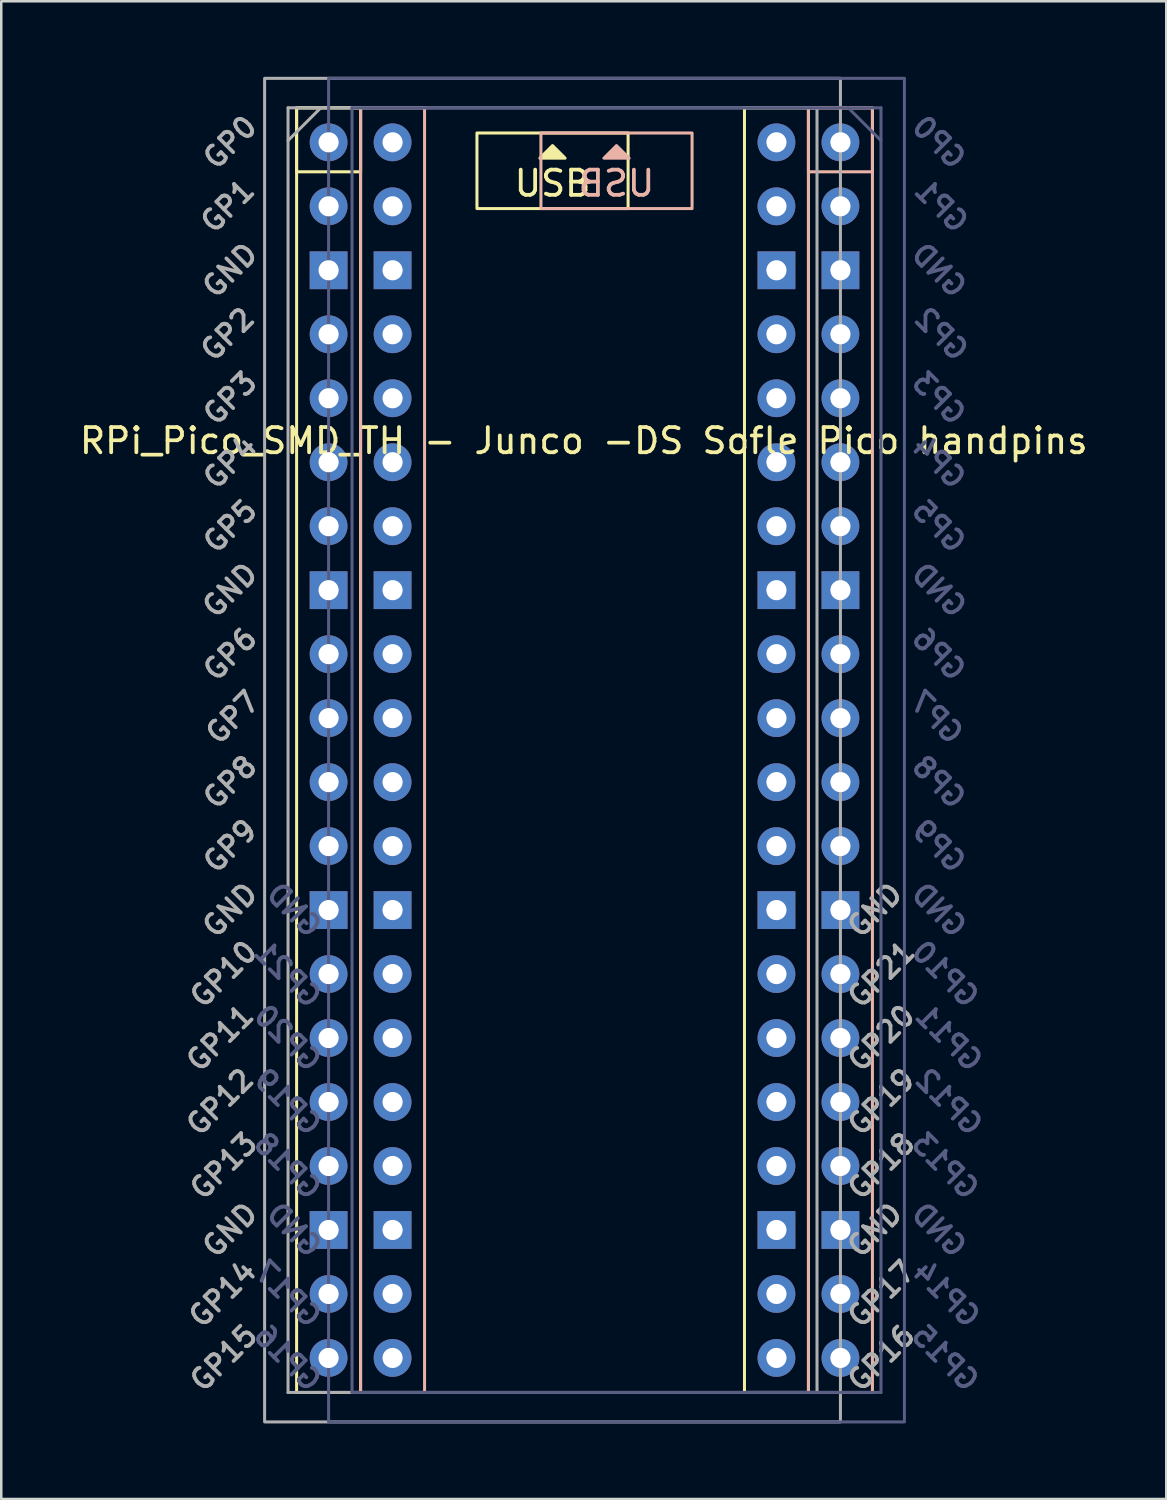
<source format=kicad_pcb>
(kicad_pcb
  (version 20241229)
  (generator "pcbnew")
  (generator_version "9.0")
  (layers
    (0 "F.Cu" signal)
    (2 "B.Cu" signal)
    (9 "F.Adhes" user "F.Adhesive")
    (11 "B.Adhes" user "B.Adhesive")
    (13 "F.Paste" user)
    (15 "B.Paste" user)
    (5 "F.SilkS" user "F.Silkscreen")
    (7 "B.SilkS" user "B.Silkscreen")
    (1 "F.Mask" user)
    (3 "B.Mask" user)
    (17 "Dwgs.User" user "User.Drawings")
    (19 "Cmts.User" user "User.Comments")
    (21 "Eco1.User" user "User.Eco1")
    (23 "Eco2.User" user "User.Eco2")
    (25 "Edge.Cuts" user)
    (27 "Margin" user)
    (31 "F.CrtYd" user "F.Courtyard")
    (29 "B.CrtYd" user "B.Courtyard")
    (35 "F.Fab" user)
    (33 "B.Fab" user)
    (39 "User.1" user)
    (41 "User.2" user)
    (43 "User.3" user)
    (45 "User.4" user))
  (footprint "RPi_Pico_SMD_TH - Junco -DS Sofle Pico handpins"
    (layer "F.Cu")
    (at 20.155 26.73)
    (property "Reference" "RPi_Pico_SMD_TH - Junco -DS Sofle Pico handpins" (at -0.03 -12.28 0) (layer "F.SilkS") (effects (font (size 1 1) (thickness 0.15))))
    (attr through_hole)
    (fp_rect (start -11.43 -25.5) (end -8.89 -22.96) (stroke (width 0.12) (type default)) (fill no) (layer "F.SilkS"))
    (fp_rect (start -11.43 -25.5) (end -8.89 25.5) (stroke (width 0.12) (type default)) (fill no) (layer "F.SilkS"))
    (fp_rect (start -4.27 -24.5) (end 1.73 -21.5) (stroke (width 0.12) (type solid)) (fill no) (layer "F.SilkS"))
    (fp_rect (start 6.35 -25.5) (end 8.89 25.5) (stroke (width 0.12) (type default)) (fill no) (layer "F.SilkS"))
    (fp_poly (pts (xy -0.77 -23.5) (xy -1.77 -23.5) (xy -1.27 -24)) (stroke (width 0.12) (type solid)) (fill yes) (layer "F.SilkS"))
    (fp_rect (start -6.35 -25.5) (end -8.89 25.5) (stroke (width 0.12) (type default)) (fill no) (layer "B.SilkS"))
    (fp_rect (start 4.27 -24.5) (end -1.73 -21.5) (stroke (width 0.12) (type solid)) (fill no) (layer "B.SilkS"))
    (fp_rect (start 11.43 -25.5) (end 8.89 -22.96) (stroke (width 0.12) (type default)) (fill no) (layer "B.SilkS"))
    (fp_rect (start 11.43 -25.5) (end 8.89 25.5) (stroke (width 0.12) (type default)) (fill no) (layer "B.SilkS"))
    (fp_poly (pts (xy 0.77 -23.5) (xy 1.77 -23.5) (xy 1.27 -24)) (stroke (width 0.12) (type solid)) (fill yes) (layer "B.SilkS"))
    (fp_line (start -9.23 -25.5) (end -9.23 25.5) (stroke (width 0.12) (type solid)) (layer "B.Fab"))
    (fp_line (start -9.23 25.5) (end 11.77 25.5) (stroke (width 0.12) (type solid)) (layer "B.Fab"))
    (fp_line (start 11.77 -25.5) (end -9.23 -25.5) (stroke (width 0.12) (type solid)) (layer "B.Fab"))
    (fp_line (start 11.77 -24.2) (end 10.47 -25.5) (stroke (width 0.12) (type solid)) (layer "B.Fab"))
    (fp_line (start 11.77 25.5) (end 11.77 -25.5) (stroke (width 0.12) (type solid)) (layer "B.Fab"))
    (fp_rect (start 12.7 -26.67) (end -10.16 26.67) (stroke (width 0.12) (type solid)) (fill no) (layer "B.Fab"))
    (fp_line (start -11.77 -25.5) (end 9.23 -25.5) (stroke (width 0.12) (type solid)) (layer "F.Fab"))
    (fp_line (start -11.77 -24.2) (end -10.47 -25.5) (stroke (width 0.12) (type solid)) (layer "F.Fab"))
    (fp_line (start -11.77 25.5) (end -11.77 -25.5) (stroke (width 0.12) (type solid)) (layer "F.Fab"))
    (fp_line (start 9.23 -25.5) (end 9.23 25.5) (stroke (width 0.12) (type solid)) (layer "F.Fab"))
    (fp_line (start 9.23 25.5) (end -11.77 25.5) (stroke (width 0.12) (type solid)) (layer "F.Fab"))
    (fp_rect (start -12.7 -26.67) (end 10.16 26.67) (stroke (width 0.12) (type solid)) (fill no) (layer "F.Fab"))
    (fp_text user "USB" (at -1.27 -22.5 0) (unlocked yes) (layer "F.SilkS") (effects (font (size 1 1) (thickness 0.15))))
    (fp_text user "USB" (at 1.27 -22.5 0) (unlocked yes) (layer "B.SilkS") (effects (font (size 1 1) (thickness 0.15)) (justify mirror)))
    (fp_text user "GND" (at 14.07 -19.05 315) (layer "B.Fab") (effects (font (size 0.8 0.8) (thickness 0.15)) (justify mirror)))
    (fp_text user "GP11" (at 14.47 11.43 315) (layer "B.Fab") (effects (font (size 0.8 0.8) (thickness 0.15)) (justify mirror)))
    (fp_text user "GND" (at -11.53 6.35 315) (layer "B.Fab") (effects (font (size 0.8 0.8) (thickness 0.15)) (justify mirror)))
    (fp_text user "GP10" (at 14.324 8.89 315) (layer "B.Fab") (effects (font (size 0.8 0.8) (thickness 0.15)) (justify mirror)))
    (fp_text user "GP3" (at 14.07 -13.97 315) (layer "B.Fab") (effects (font (size 0.8 0.8) (thickness 0.15)) (justify mirror)))
    (fp_text user "GP21" (at -11.784 8.9 315) (layer "B.Fab") (effects (font (size 0.8 0.8) (thickness 0.15)) (justify mirror)))
    (fp_text user "GP17" (at -11.784 21.59 315) (layer "B.Fab") (effects (font (size 0.8 0.8) (thickness 0.15)) (justify mirror)))
    (fp_text user "GP6" (at 14.07 -3.81 315) (layer "B.Fab") (effects (font (size 0.8 0.8) (thickness 0.15)) (justify mirror)))
    (fp_text user "GND" (at 14.07 19.05 315) (layer "B.Fab") (effects (font (size 0.8 0.8) (thickness 0.15)) (justify mirror)))
    (fp_text user "GP2" (at 14.17 -16.51 315) (layer "B.Fab") (effects (font (size 0.8 0.8) (thickness 0.15)) (justify mirror)))
    (fp_text user "GP20" (at -11.784 11.43 315) (layer "B.Fab") (effects (font (size 0.8 0.8) (thickness 0.15)) (justify mirror)))
    (fp_text user "GP13" (at 14.324 16.51 315) (layer "B.Fab") (effects (font (size 0.8 0.8) (thickness 0.15)) (justify mirror)))
    (fp_text user "GP8" (at 14.07 1.27 315) (layer "B.Fab") (effects (font (size 0.8 0.8) (thickness 0.15)) (justify mirror)))
    (fp_text user "GP0" (at 14.07 -24.13 315) (layer "B.Fab") (effects (font (size 0.8 0.8) (thickness 0.15)) (justify mirror)))
    (fp_text user "GP18" (at -11.784 16.51 315) (layer "B.Fab") (effects (font (size 0.8 0.8) (thickness 0.15)) (justify mirror)))
    (fp_text user "GP16" (at -11.784 24.13 315) (layer "B.Fab") (effects (font (size 0.8 0.8) (thickness 0.15)) (justify mirror)))
    (fp_text user "GP4" (at 14.07 -11.43 315) (layer "B.Fab") (effects (font (size 0.8 0.8) (thickness 0.15)) (justify mirror)))
    (fp_text user "GP14" (at 14.37 21.59 315) (layer "B.Fab") (effects (font (size 0.8 0.8) (thickness 0.15)) (justify mirror)))
    (fp_text user "GP15" (at 14.324 24.13 315) (layer "B.Fab") (effects (font (size 0.8 0.8) (thickness 0.15)) (justify mirror)))
    (fp_text user "GP12" (at 14.47 13.97 315) (layer "B.Fab") (effects (font (size 0.8 0.8) (thickness 0.15)) (justify mirror)))
    (fp_text user "GP9" (at 14.07 3.81 315) (layer "B.Fab") (effects (font (size 0.8 0.8) (thickness 0.15)) (justify mirror)))
    (fp_text user "GP7" (at 13.97 -1.3 315) (layer "B.Fab") (effects (font (size 0.8 0.8) (thickness 0.15)) (justify mirror)))
    (fp_text user "GND" (at -11.53 19.05 315) (layer "B.Fab") (effects (font (size 0.8 0.8) (thickness 0.15)) (justify mirror)))
    (fp_text user "GND" (at 14.07 6.35 315) (layer "B.Fab") (effects (font (size 0.8 0.8) (thickness 0.15)) (justify mirror)))
    (fp_text user "GP19" (at -11.784 13.97 315) (layer "B.Fab") (effects (font (size 0.8 0.8) (thickness 0.15)) (justify mirror)))
    (fp_text user "GND" (at 14.07 -6.35 315) (layer "B.Fab") (effects (font (size 0.8 0.8) (thickness 0.15)) (justify mirror)))
    (fp_text user "GP1" (at 14.17 -21.6 315) (layer "B.Fab") (effects (font (size 0.8 0.8) (thickness 0.15)) (justify mirror)))
    (fp_text user "GP5" (at 14.07 -8.89 315) (layer "B.Fab") (effects (font (size 0.8 0.8) (thickness 0.15)) (justify mirror)))
    (fp_text user "GP6" (at -14.07 -3.81 45) (layer "F.Fab") (effects (font (size 0.8 0.8) (thickness 0.15))))
    (fp_text user "GP3" (at -14.07 -13.97 45) (layer "F.Fab") (effects (font (size 0.8 0.8) (thickness 0.15))))
    (fp_text user "GP5" (at -14.07 -8.89 45) (layer "F.Fab") (effects (font (size 0.8 0.8) (thickness 0.15))))
    (fp_text user "GP13" (at -14.324 16.51 45) (layer "F.Fab") (effects (font (size 0.8 0.8) (thickness 0.15))))
    (fp_text user "GP18" (at 11.784 16.51 45) (layer "F.Fab") (effects (font (size 0.8 0.8) (thickness 0.15))))
    (fp_text user "GP16" (at 11.784 24.13 45) (layer "F.Fab") (effects (font (size 0.8 0.8) (thickness 0.15))))
    (fp_text user "GP12" (at -14.47 13.97 45) (layer "F.Fab") (effects (font (size 0.8 0.8) (thickness 0.15))))
    (fp_text user "GP8" (at -14.07 1.27 45) (layer "F.Fab") (effects (font (size 0.8 0.8) (thickness 0.15))))
    (fp_text user "GP2" (at -14.17 -16.51 45) (layer "F.Fab") (effects (font (size 0.8 0.8) (thickness 0.15))))
    (fp_text user "GP10" (at -14.324 8.89 45) (layer "F.Fab") (effects (font (size 0.8 0.8) (thickness 0.15))))
    (fp_text user "GP11" (at -14.47 11.43 45) (layer "F.Fab") (effects (font (size 0.8 0.8) (thickness 0.15))))
    (fp_text user "GP0" (at -14.07 -24.13 45) (layer "F.Fab") (effects (font (size 0.8 0.8) (thickness 0.15))))
    (fp_text user "GND" (at -14.07 -19.05 45) (layer "F.Fab") (effects (font (size 0.8 0.8) (thickness 0.15))))
    (fp_text user "GP19" (at 11.784 13.97 45) (layer "F.Fab") (effects (font (size 0.8 0.8) (thickness 0.15))))
    (fp_text user "GP4" (at -14.07 -11.43 45) (layer "F.Fab") (effects (font (size 0.8 0.8) (thickness 0.15))))
    (fp_text user "GP7" (at -13.97 -1.3 45) (layer "F.Fab") (effects (font (size 0.8 0.8) (thickness 0.15))))
    (fp_text user "GP21" (at 11.784 8.9 45) (layer "F.Fab") (effects (font (size 0.8 0.8) (thickness 0.15))))
    (fp_text user "GND" (at -14.07 6.35 45) (layer "F.Fab") (effects (font (size 0.8 0.8) (thickness 0.15))))
    (fp_text user "GND" (at -14.07 19.05 45) (layer "F.Fab") (effects (font (size 0.8 0.8) (thickness 0.15))))
    (fp_text user "GP9" (at -14.07 3.81 45) (layer "F.Fab") (effects (font (size 0.8 0.8) (thickness 0.15))))
    (fp_text user "GP20" (at 11.784 11.43 45) (layer "F.Fab") (effects (font (size 0.8 0.8) (thickness 0.15))))
    (fp_text user "GND" (at 11.53 19.05 45) (layer "F.Fab") (effects (font (size 0.8 0.8) (thickness 0.15))))
    (fp_text user "GP14" (at -14.37 21.59 45) (layer "F.Fab") (effects (font (size 0.8 0.8) (thickness 0.15))))
    (fp_text user "GND" (at 11.53 6.35 45) (layer "F.Fab") (effects (font (size 0.8 0.8) (thickness 0.15))))
    (fp_text user "GP1" (at -14.17 -21.6 45) (layer "F.Fab") (effects (font (size 0.8 0.8) (thickness 0.15))))
    (fp_text user "GP17" (at 11.784 21.59 45) (layer "F.Fab") (effects (font (size 0.8 0.8) (thickness 0.15))))
    (fp_text user "GND" (at -14.07 -6.35 45) (layer "F.Fab") (effects (font (size 0.8 0.8) (thickness 0.15))))
    (fp_text user "GP15" (at -14.324 24.13 45) (layer "F.Fab") (effects (font (size 0.8 0.8) (thickness 0.15))))
    (pad "1" thru_hole circle (at -10.16 -24.13) (size 1.5 1.5) (drill 0.8) (layers "*.Cu" "B.Mask"))
    (pad "1" thru_hole circle (at 10.16 -24.13) (size 1.5 1.5) (drill 0.8) (layers "*.Cu" "F.Mask"))
    (pad "2" thru_hole circle (at -10.16 -21.59) (size 1.5 1.5) (drill 0.8) (layers "*.Cu" "B.Mask"))
    (pad "2" thru_hole circle (at 10.16 -21.59) (size 1.5 1.5) (drill 0.8) (layers "*.Cu" "F.Mask"))
    (pad "3" thru_hole rect (at -10.16 -19.05) (size 1.5 1.5) (drill 0.8) (layers "*.Cu" "B.Mask"))
    (pad "3" thru_hole rect (at 10.16 -19.05) (size 1.5 1.5) (drill 0.8) (layers "*.Cu" "F.Mask"))
    (pad "4" thru_hole circle (at -10.16 -16.51) (size 1.5 1.5) (drill 0.8) (layers "*.Cu" "B.Mask"))
    (pad "4" thru_hole circle (at 10.16 -16.51) (size 1.5 1.5) (drill 0.8) (layers "*.Cu" "F.Mask"))
    (pad "5" thru_hole circle (at -10.16 -13.97) (size 1.5 1.5) (drill 0.8) (layers "*.Cu" "B.Mask"))
    (pad "5" thru_hole circle (at 10.16 -13.97) (size 1.5 1.5) (drill 0.8) (layers "*.Cu" "F.Mask"))
    (pad "6" thru_hole circle (at -10.16 -11.43) (size 1.5 1.5) (drill 0.8) (layers "*.Cu" "B.Mask"))
    (pad "6" thru_hole circle (at 10.16 -11.43) (size 1.5 1.5) (drill 0.8) (layers "*.Cu" "F.Mask"))
    (pad "7" thru_hole circle (at -10.16 -8.89) (size 1.5 1.5) (drill 0.8) (layers "*.Cu" "B.Mask"))
    (pad "7" thru_hole circle (at 10.16 -8.89) (size 1.5 1.5) (drill 0.8) (layers "*.Cu" "F.Mask"))
    (pad "8" thru_hole rect (at -10.16 -6.35) (size 1.5 1.5) (drill 0.8) (layers "*.Cu" "B.Mask"))
    (pad "8" thru_hole rect (at 10.16 -6.35) (size 1.5 1.5) (drill 0.8) (layers "*.Cu" "F.Mask"))
    (pad "9" thru_hole circle (at -10.16 -3.81) (size 1.5 1.5) (drill 0.8) (layers "*.Cu" "B.Mask"))
    (pad "9" thru_hole circle (at 10.16 -3.81) (size 1.5 1.5) (drill 0.8) (layers "*.Cu" "F.Mask"))
    (pad "10" thru_hole circle (at -10.16 -1.27) (size 1.5 1.5) (drill 0.8) (layers "*.Cu" "B.Mask"))
    (pad "10" thru_hole circle (at 10.16 -1.27) (size 1.5 1.5) (drill 0.8) (layers "*.Cu" "F.Mask"))
    (pad "11" thru_hole circle (at -10.16 1.27) (size 1.5 1.5) (drill 0.8) (layers "*.Cu" "B.Mask"))
    (pad "11" thru_hole circle (at 10.16 1.27) (size 1.5 1.5) (drill 0.8) (layers "*.Cu" "F.Mask"))
    (pad "12" thru_hole circle (at -10.16 3.81) (size 1.5 1.5) (drill 0.8) (layers "*.Cu" "B.Mask"))
    (pad "12" thru_hole circle (at 10.16 3.81) (size 1.5 1.5) (drill 0.8) (layers "*.Cu" "F.Mask"))
    (pad "13" thru_hole rect (at -10.16 6.35) (size 1.5 1.5) (drill 0.8) (layers "*.Cu" "B.Mask"))
    (pad "13" thru_hole rect (at 10.16 6.35) (size 1.5 1.5) (drill 0.8) (layers "*.Cu" "F.Mask"))
    (pad "14" thru_hole circle (at -10.16 8.89) (size 1.5 1.5) (drill 0.8) (layers "*.Cu" "B.Mask"))
    (pad "14" thru_hole circle (at 10.16 8.89) (size 1.5 1.5) (drill 0.8) (layers "*.Cu" "F.Mask"))
    (pad "15" thru_hole circle (at -10.16 11.43) (size 1.5 1.5) (drill 0.8) (layers "*.Cu" "B.Mask"))
    (pad "15" thru_hole circle (at 10.16 11.43) (size 1.5 1.5) (drill 0.8) (layers "*.Cu" "F.Mask"))
    (pad "16" thru_hole circle (at -10.16 13.97) (size 1.5 1.5) (drill 0.8) (layers "*.Cu" "B.Mask"))
    (pad "16" thru_hole circle (at 10.16 13.97) (size 1.5 1.5) (drill 0.8) (layers "*.Cu" "F.Mask"))
    (pad "17" thru_hole circle (at -10.16 16.51) (size 1.5 1.5) (drill 0.8) (layers "*.Cu" "B.Mask"))
    (pad "17" thru_hole circle (at 10.16 16.51) (size 1.5 1.5) (drill 0.8) (layers "*.Cu" "F.Mask"))
    (pad "18" thru_hole rect (at -10.16 19.05) (size 1.5 1.5) (drill 0.8) (layers "*.Cu" "B.Mask"))
    (pad "18" thru_hole rect (at 10.16 19.05) (size 1.5 1.5) (drill 0.8) (layers "*.Cu" "F.Mask"))
    (pad "19" thru_hole circle (at -10.16 21.59) (size 1.5 1.5) (drill 0.8) (layers "*.Cu" "B.Mask"))
    (pad "19" thru_hole circle (at 10.16 21.59) (size 1.5 1.5) (drill 0.8) (layers "*.Cu" "F.Mask"))
    (pad "20" thru_hole circle (at -10.16 24.13) (size 1.5 1.5) (drill 0.8) (layers "*.Cu" "B.Mask"))
    (pad "20" thru_hole circle (at 10.16 24.13) (size 1.5 1.5) (drill 0.8) (layers "*.Cu" "F.Mask"))
    (pad "21" thru_hole circle (at -7.62 24.13) (size 1.5 1.5) (drill 0.8) (layers "*.Cu" "F.Mask"))
    (pad "21" thru_hole circle (at 7.62 24.13) (size 1.5 1.5) (drill 0.8) (layers "*.Cu" "B.Mask"))
    (pad "22" thru_hole circle (at -7.62 21.59) (size 1.5 1.5) (drill 0.8) (layers "*.Cu" "F.Mask"))
    (pad "22" thru_hole circle (at 7.62 21.59) (size 1.5 1.5) (drill 0.8) (layers "*.Cu" "B.Mask"))
    (pad "23" thru_hole rect (at -7.62 19.05) (size 1.5 1.5) (drill 0.8) (layers "*.Cu" "F.Mask"))
    (pad "23" thru_hole rect (at 7.62 19.05) (size 1.5 1.5) (drill 0.8) (layers "*.Cu" "B.Mask"))
    (pad "24" thru_hole circle (at -7.62 16.51) (size 1.5 1.5) (drill 0.8) (layers "*.Cu" "F.Mask"))
    (pad "24" thru_hole circle (at 7.62 16.51) (size 1.5 1.5) (drill 0.8) (layers "*.Cu" "B.Mask"))
    (pad "25" thru_hole circle (at -7.62 13.97) (size 1.5 1.5) (drill 0.8) (layers "*.Cu" "F.Mask"))
    (pad "25" thru_hole circle (at 7.62 13.97) (size 1.5 1.5) (drill 0.8) (layers "*.Cu" "B.Mask"))
    (pad "26" thru_hole circle (at -7.62 11.43) (size 1.5 1.5) (drill 0.8) (layers "*.Cu" "F.Mask"))
    (pad "26" thru_hole circle (at 7.62 11.43) (size 1.5 1.5) (drill 0.8) (layers "*.Cu" "B.Mask"))
    (pad "27" thru_hole circle (at -7.62 8.89) (size 1.5 1.5) (drill 0.8) (layers "*.Cu" "F.Mask"))
    (pad "27" thru_hole circle (at 7.62 8.89) (size 1.5 1.5) (drill 0.8) (layers "*.Cu" "B.Mask"))
    (pad "28" thru_hole rect (at -7.62 6.35) (size 1.5 1.5) (drill 0.8) (layers "*.Cu" "F.Mask"))
    (pad "28" thru_hole rect (at 7.62 6.35) (size 1.5 1.5) (drill 0.8) (layers "*.Cu" "B.Mask"))
    (pad "29" thru_hole circle (at -7.62 3.81) (size 1.5 1.5) (drill 0.8) (layers "*.Cu" "F.Mask"))
    (pad "29b" thru_hole circle (at 7.62 3.81) (size 1.5 1.5) (drill 0.8) (layers "*.Cu" "B.Mask"))
    (pad "30" thru_hole circle (at -7.62 1.27) (size 1.5 1.5) (drill 0.8) (layers "*.Cu" "F.Mask"))
    (pad "30" thru_hole circle (at 7.62 1.27) (size 1.5 1.5) (drill 0.8) (layers "*.Cu" "B.Mask"))
    (pad "31" thru_hole circle (at -7.62 -1.27) (size 1.5 1.5) (drill 0.8) (layers "*.Cu" "F.Mask"))
    (pad "31" thru_hole circle (at 7.62 -1.27) (size 1.5 1.5) (drill 0.8) (layers "*.Cu" "B.Mask"))
    (pad "32" thru_hole circle (at -7.62 -3.81) (size 1.5 1.5) (drill 0.8) (layers "*.Cu" "F.Mask"))
    (pad "32" thru_hole circle (at 7.62 -3.81) (size 1.5 1.5) (drill 0.8) (layers "*.Cu" "B.Mask"))
    (pad "33" thru_hole rect (at -7.62 -6.35) (size 1.5 1.5) (drill 0.8) (layers "*.Cu" "F.Mask"))
    (pad "33" thru_hole rect (at 7.62 -6.35) (size 1.5 1.5) (drill 0.8) (layers "*.Cu" "B.Mask"))
    (pad "34" thru_hole circle (at -7.62 -8.89) (size 1.5 1.5) (drill 0.8) (layers "*.Cu" "F.Mask"))
    (pad "34" thru_hole circle (at 7.62 -8.89) (size 1.5 1.5) (drill 0.8) (layers "*.Cu" "B.Mask"))
    (pad "35" thru_hole circle (at -7.62 -11.43) (size 1.5 1.5) (drill 0.8) (layers "*.Cu" "F.Mask"))
    (pad "35" thru_hole circle (at 7.62 -11.43) (size 1.5 1.5) (drill 0.8) (layers "*.Cu" "B.Mask"))
    (pad "36" thru_hole circle (at -7.62 -13.97) (size 1.5 1.5) (drill 0.8) (layers "*.Cu" "F.Mask"))
    (pad "36" thru_hole circle (at 7.62 -13.97) (size 1.5 1.5) (drill 0.8) (layers "*.Cu" "B.Mask"))
    (pad "37" thru_hole circle (at -7.62 -16.51) (size 1.5 1.5) (drill 0.8) (layers "*.Cu" "F.Mask"))
    (pad "37" thru_hole circle (at 7.62 -16.51) (size 1.5 1.5) (drill 0.8) (layers "*.Cu" "B.Mask"))
    (pad "38" thru_hole rect (at -7.62 -19.05) (size 1.5 1.5) (drill 0.8) (layers "*.Cu" "F.Mask"))
    (pad "38" thru_hole rect (at 7.62 -19.05) (size 1.5 1.5) (drill 0.8) (layers "*.Cu" "B.Mask"))
    (pad "39" thru_hole circle (at -7.62 -21.59) (size 1.5 1.5) (drill 0.8) (layers "*.Cu" "F.Mask"))
    (pad "39" thru_hole circle (at 7.62 -21.59) (size 1.5 1.5) (drill 0.8) (layers "*.Cu" "B.Mask"))
    (pad "40" thru_hole circle (at -7.62 -24.13) (size 1.5 1.5) (drill 0.8) (layers "*.Cu" "F.Mask"))
    (pad "40" thru_hole circle (at 7.62 -24.13) (size 1.5 1.5) (drill 0.8) (layers "*.Cu" "B.Mask")))
  (gr_rect
    (start -3 -3)
    (end 43.25 56.46)
    (stroke (width 0.1) (type default))
    (fill no)
    (layer "Edge.Cuts")))
</source>
